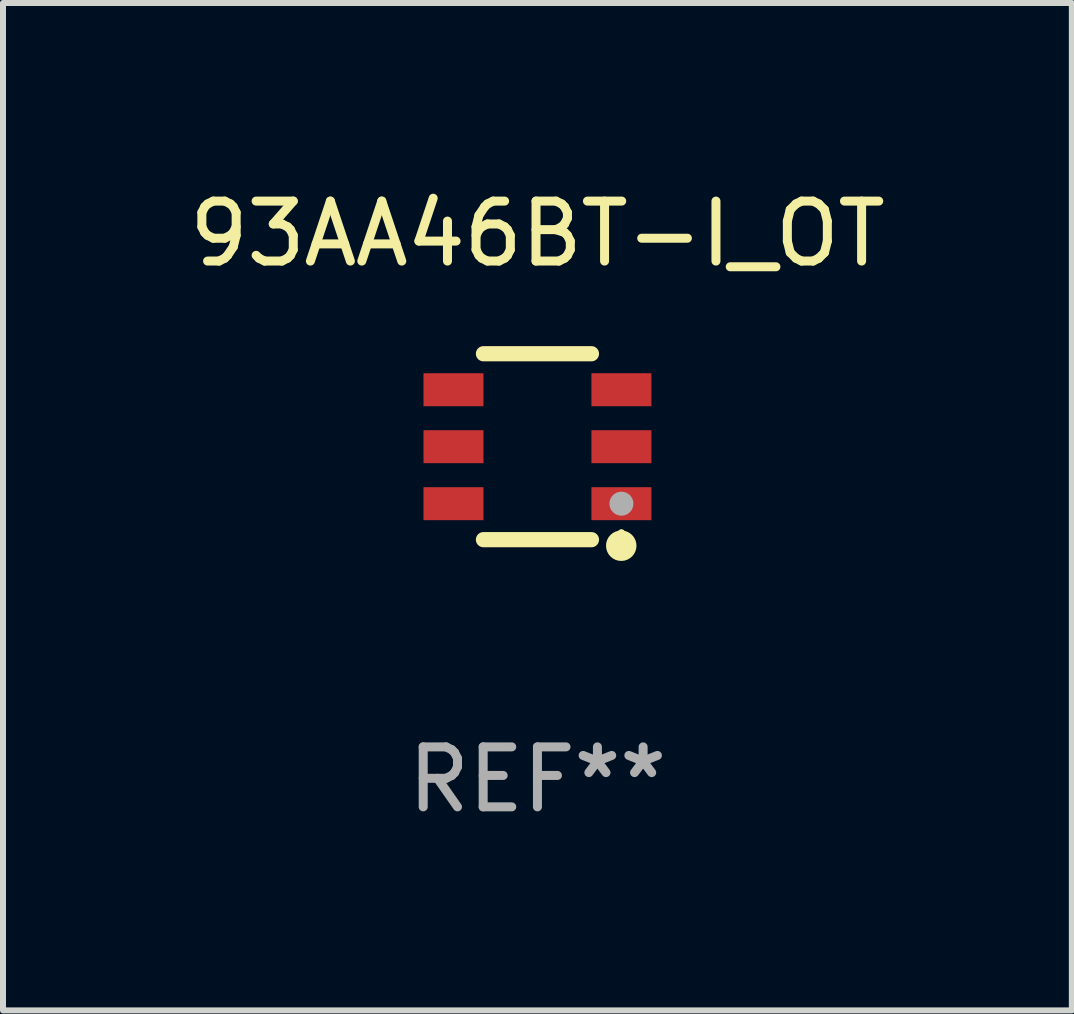
<source format=kicad_pcb>
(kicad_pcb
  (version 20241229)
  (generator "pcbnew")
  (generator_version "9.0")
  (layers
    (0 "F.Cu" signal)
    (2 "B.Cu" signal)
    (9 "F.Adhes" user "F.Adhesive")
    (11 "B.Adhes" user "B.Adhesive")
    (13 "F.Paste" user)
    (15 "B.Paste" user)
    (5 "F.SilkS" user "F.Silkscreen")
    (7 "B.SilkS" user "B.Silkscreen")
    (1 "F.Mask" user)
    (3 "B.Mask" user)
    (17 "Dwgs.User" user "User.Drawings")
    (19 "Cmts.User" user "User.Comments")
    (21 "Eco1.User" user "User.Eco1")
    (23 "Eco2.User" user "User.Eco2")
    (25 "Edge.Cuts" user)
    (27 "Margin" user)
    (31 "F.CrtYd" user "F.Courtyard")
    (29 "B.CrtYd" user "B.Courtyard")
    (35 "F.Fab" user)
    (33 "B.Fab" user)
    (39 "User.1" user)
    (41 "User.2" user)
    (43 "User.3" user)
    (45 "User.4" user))
  (footprint "93AA46BT-I_OT"
    (layer "F.Cu")
    (at 5.911 4.398)
    (property "Reference" "93AA46BT-I_OT" (at 0 -3.55 0) (layer "F.SilkS") (effects (font (size 1 1) (thickness 0.15))))
    (attr through_hole)
    (fp_line (start -0.9 -1.55) (end 0.9 -1.55) (stroke (width 0.254) (type solid)) (layer "F.SilkS"))
    (fp_line (start -0.9 1.55) (end 0.9 1.55) (stroke (width 0.254) (type solid)) (layer "F.SilkS"))
    (fp_circle (center 1.397 1.651) (end 1.524 1.651) (stroke (width 0.254) (type solid)) (fill no) (layer "F.SilkS"))
    (fp_circle (center 1.4 1.435) (end 1.43 1.435) (stroke (width 0.06) (type solid)) (fill no) (layer "F.SilkS"))
    (fp_circle (center 1.4 0.95) (end 1.5 0.95) (stroke (width 0.2) (type solid)) (fill no) (layer "F.Fab"))
    (fp_text user "REF**" (at 0 5.55 0) (layer "F.Fab") (effects (font (size 1 1) (thickness 0.15))))
    (pad "1" smd rect (at 1.4 0.95) (size 1 0.55) (layers "F.Cu" "F.Mask" "F.Paste"))
    (pad "2" smd rect (at 1.4 -0.000102) (size 1 0.55) (layers "F.Cu" "F.Mask" "F.Paste"))
    (pad "3" smd rect (at 1.4 -0.95) (size 1 0.55) (layers "F.Cu" "F.Mask" "F.Paste"))
    (pad "4" smd rect (at -1.4 -0.95) (size 1 0.55) (layers "F.Cu" "F.Mask" "F.Paste"))
    (pad "5" smd rect (at -1.4 -0.000102) (size 1 0.55) (layers "F.Cu" "F.Mask" "F.Paste"))
    (pad "6" smd rect (at -1.4 0.95) (size 1 0.55) (layers "F.Cu" "F.Mask" "F.Paste")))
  (gr_rect
    (start -3 -3)
    (end 14.821 13.797)
    (stroke (width 0.1) (type default))
    (fill no)
    (layer "Edge.Cuts")))
</source>
